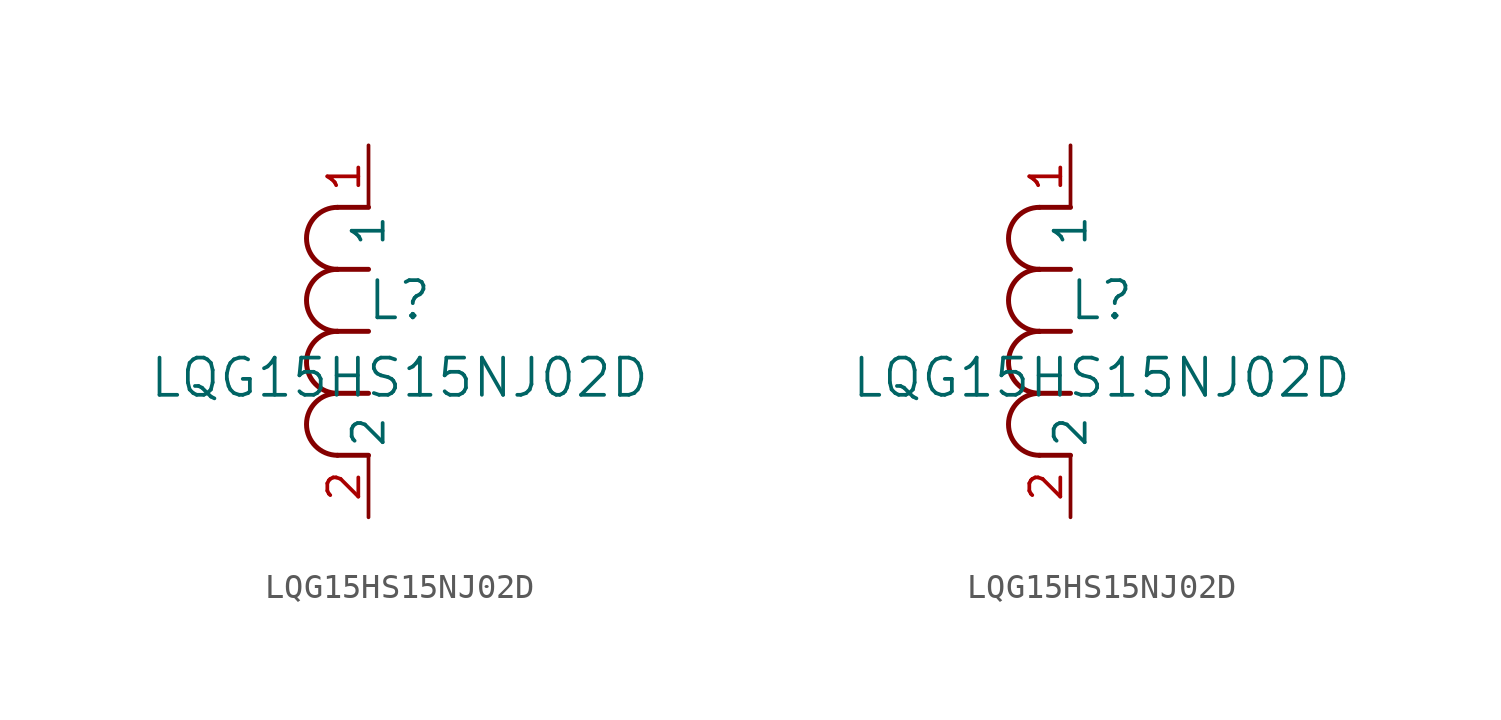
<source format=kicad_sym>
(kicad_symbol_lib
  (version 20211014)
  (generator kicad_symbol_editor)
  (symbol "LQG15HS15NJ02D"
    (pin_names
      (offset 0.254))
    (property "Reference" "L"
      (at 1.27 8.89 0)
      (effects (font (size 1.524 1.524))))
    (property "Value" "LQG15HS15NJ02D"
      (at 1.27 5.715 0)
      (effects (font (size 1.524 1.524))))
    (symbol "LQG15HS15NJ02D_1_1"
      (arc (start -1.27 7.62) (mid -2.54 6.35) (end -1.27 5.08) (stroke (width 0.2032) (type default) (color 0 0 0 0)) (fill (type none)))
      (arc (start -1.27 5.08) (mid -2.54 3.81) (end -1.27 2.54) (stroke (width 0.2032) (type default) (color 0 0 0 0)) (fill (type none)))
      (arc (start -1.27 12.7) (mid -2.54 11.43) (end -1.27 10.16) (stroke (width 0.2032) (type default) (color 0 0 0 0)) (fill (type none)))
      (arc (start -1.27 10.16) (mid -2.54 8.89) (end -1.27 7.62) (stroke (width 0.2032) (type default) (color 0 0 0 0)) (fill (type none)))
      (polyline (pts (xy 0 7.62) (xy -1.27 7.62)) (stroke (width 0.203) (type default) (color 0 0 0 0)) (fill (type none)))
      (polyline (pts (xy 0 5.08) (xy -1.27 5.08)) (stroke (width 0.203) (type default) (color 0 0 0 0)) (fill (type none)))
      (polyline (pts (xy 0 12.7) (xy -1.27 12.7)) (stroke (width 0.203) (type default) (color 0 0 0 0)) (fill (type none)))
      (polyline (pts (xy 0 2.54) (xy -1.27 2.54)) (stroke (width 0.203) (type default) (color 0 0 0 0)) (fill (type none)))
      (polyline (pts (xy 0 10.16) (xy -1.27 10.16)) (stroke (width 0.203) (type default) (color 0 0 0 0)) (fill (type none)))
      (pin unspecified line (at 0 0 90) (length 2.54) (name "2" (effects (font (size 1.27 1.27)))) (number "2" (effects (font (size 1.27 1.27)))))
      (pin unspecified line (at 0 15.24 270) (length 2.54) (name "1" (effects (font (size 1.27 1.27)))) (number "1" (effects (font (size 1.27 1.27))))))
    (symbol "LQG15HS15NJ02D_1_2"
      (arc (start -1.27 7.62) (mid -2.54 6.35) (end -1.27 5.08) (stroke (width 0.2032) (type default) (color 0 0 0 0)) (fill (type none)))
      (arc (start -1.27 5.08) (mid -2.54 3.81) (end -1.27 2.54) (stroke (width 0.2032) (type default) (color 0 0 0 0)) (fill (type none)))
      (arc (start -1.27 12.7) (mid -2.54 11.43) (end -1.27 10.16) (stroke (width 0.2032) (type default) (color 0 0 0 0)) (fill (type none)))
      (arc (start -1.27 10.16) (mid -2.54 8.89) (end -1.27 7.62) (stroke (width 0.2032) (type default) (color 0 0 0 0)) (fill (type none)))
      (polyline (pts (xy 0 7.62) (xy -1.27 7.62)) (stroke (width 0.203) (type default) (color 0 0 0 0)) (fill (type none)))
      (polyline (pts (xy 0 5.08) (xy -1.27 5.08)) (stroke (width 0.203) (type default) (color 0 0 0 0)) (fill (type none)))
      (polyline (pts (xy 0 12.7) (xy -1.27 12.7)) (stroke (width 0.203) (type default) (color 0 0 0 0)) (fill (type none)))
      (polyline (pts (xy 0 2.54) (xy -1.27 2.54)) (stroke (width 0.203) (type default) (color 0 0 0 0)) (fill (type none)))
      (polyline (pts (xy 0 10.16) (xy -1.27 10.16)) (stroke (width 0.203) (type default) (color 0 0 0 0)) (fill (type none)))
      (pin unspecified line (at 0 0 90) (length 2.54) (name "2" (effects (font (size 1.27 1.27)))) (number "2" (effects (font (size 1.27 1.27)))))
      (pin unspecified line (at 0 15.24 270) (length 2.54) (name "1" (effects (font (size 1.27 1.27)))) (number "1" (effects (font (size 1.27 1.27))))))))
</source>
